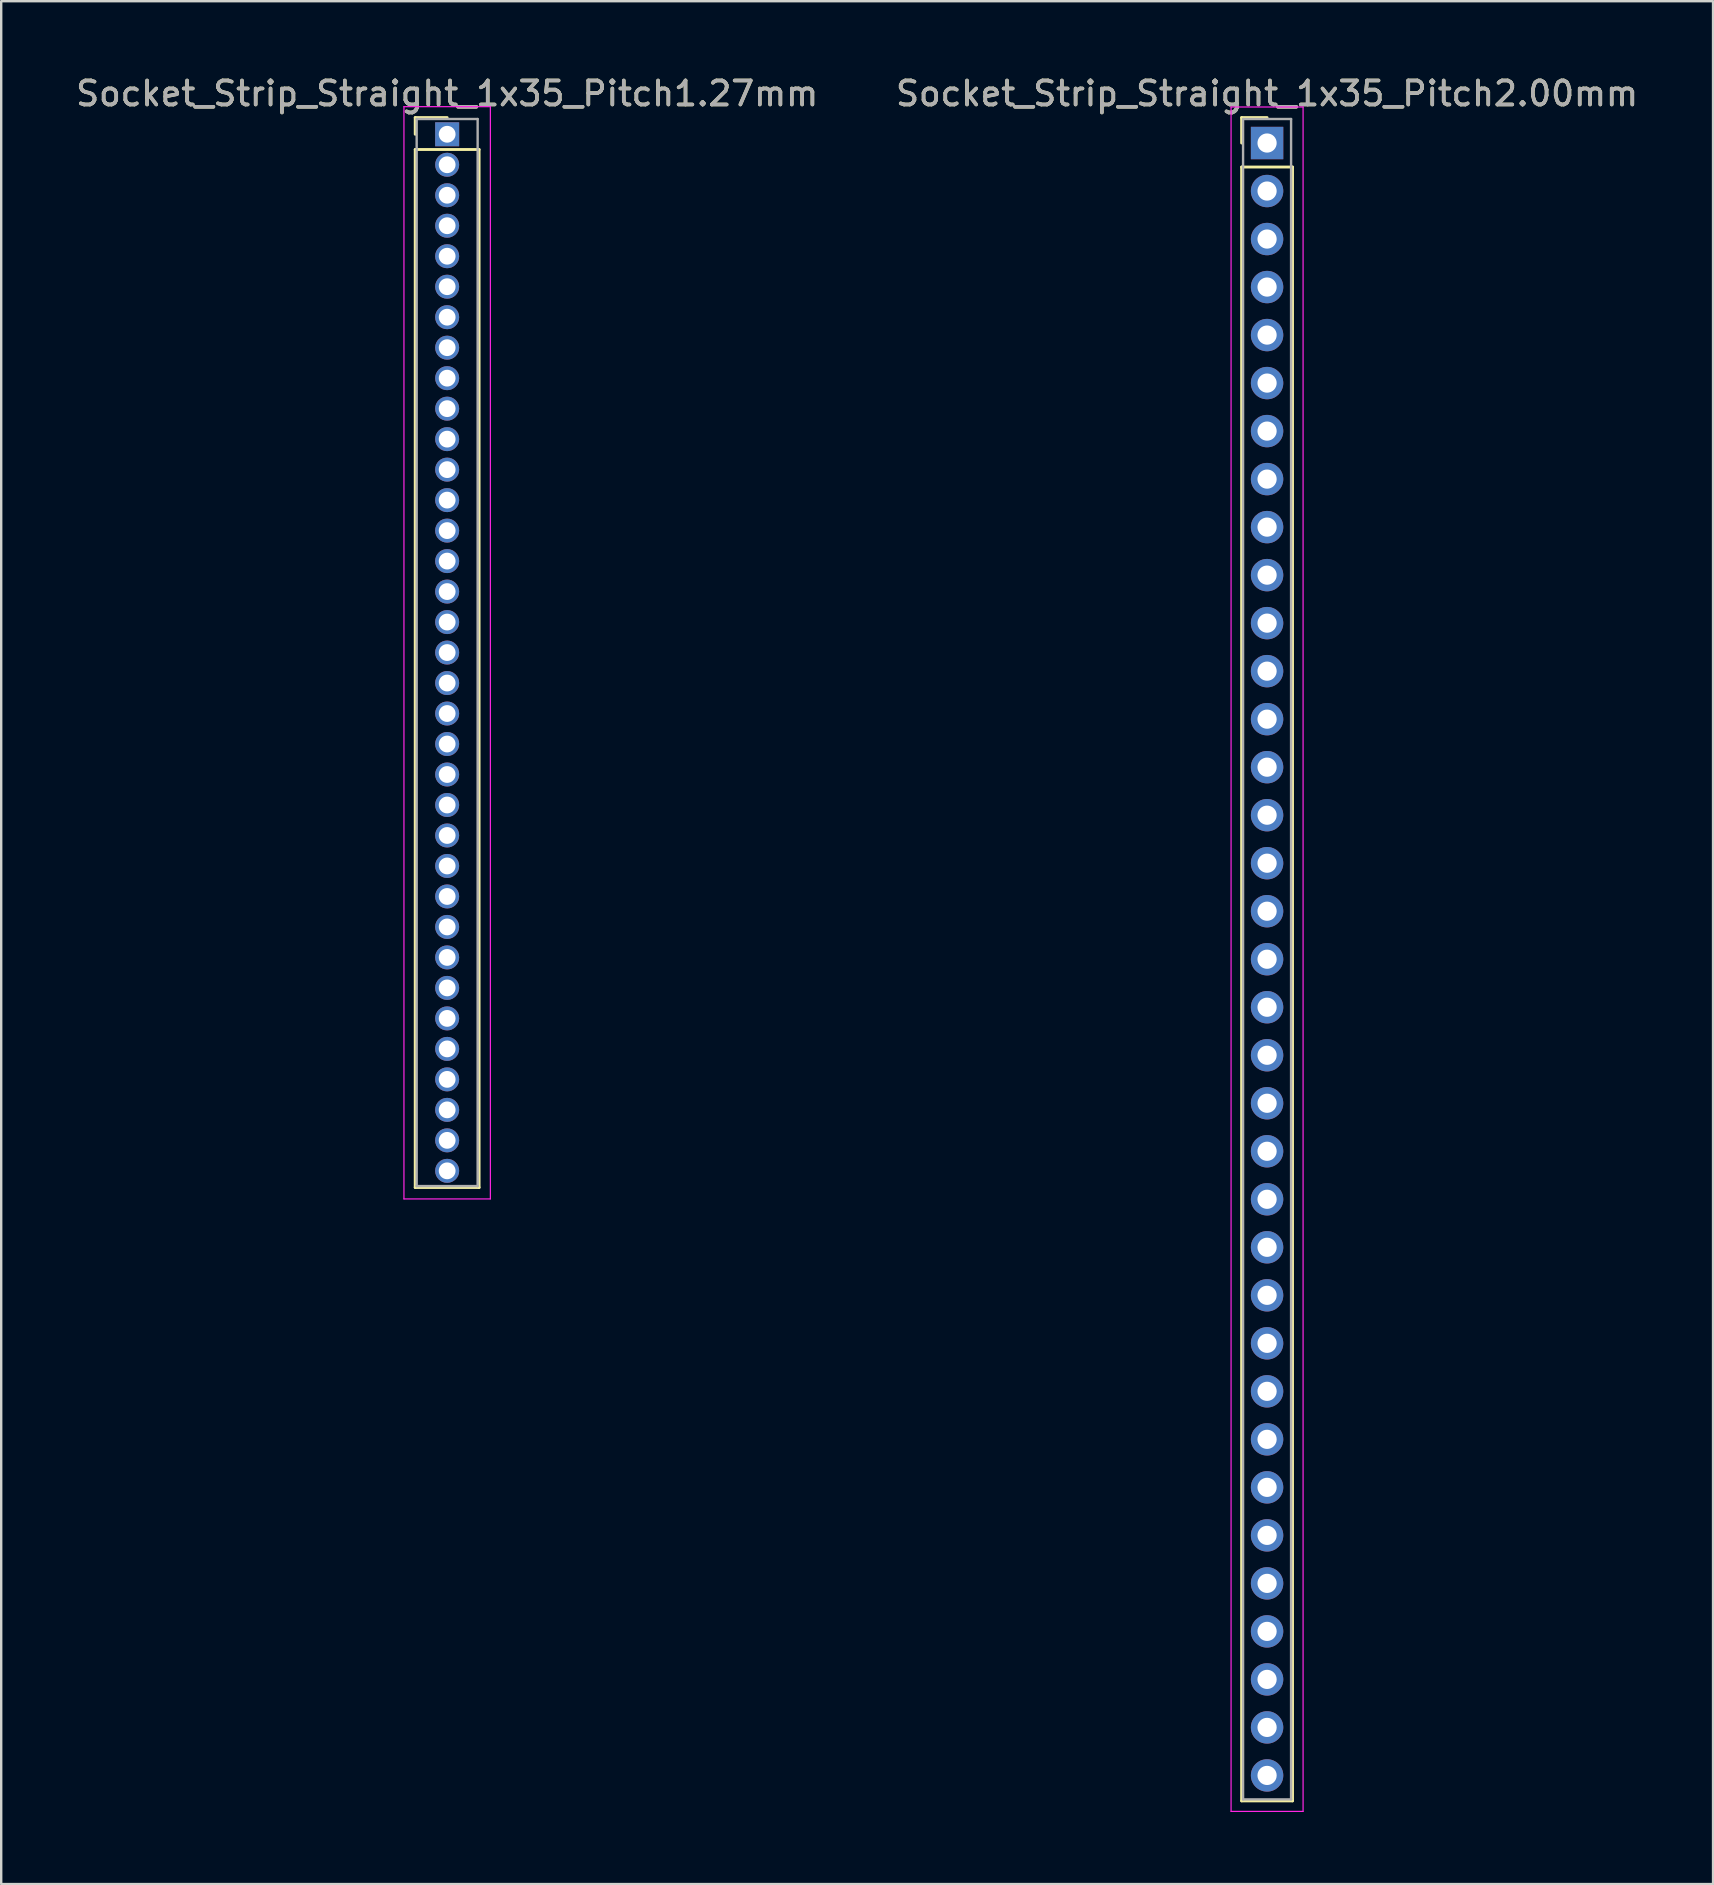
<source format=kicad_pcb>
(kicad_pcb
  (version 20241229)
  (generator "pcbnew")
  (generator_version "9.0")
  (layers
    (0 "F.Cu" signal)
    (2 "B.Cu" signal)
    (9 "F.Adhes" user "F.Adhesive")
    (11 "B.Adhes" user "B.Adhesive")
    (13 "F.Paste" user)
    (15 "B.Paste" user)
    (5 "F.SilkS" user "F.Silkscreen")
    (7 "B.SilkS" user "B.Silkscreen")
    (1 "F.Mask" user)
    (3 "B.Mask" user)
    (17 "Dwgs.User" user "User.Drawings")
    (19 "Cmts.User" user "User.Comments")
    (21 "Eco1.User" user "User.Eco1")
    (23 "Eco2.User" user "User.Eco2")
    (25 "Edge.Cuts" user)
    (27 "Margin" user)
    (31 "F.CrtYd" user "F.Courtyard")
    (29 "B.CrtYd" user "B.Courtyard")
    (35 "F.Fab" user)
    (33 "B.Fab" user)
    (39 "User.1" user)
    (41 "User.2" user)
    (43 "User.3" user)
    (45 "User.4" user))
  (footprint "Socket_Strip_Straight_1x35_Pitch2.00mm"
    (layer "F.Cu")
    (at 49.732 2.908)
    (property "Reference" "Socket_Strip_Straight_1x35_Pitch2.00mm" (at 0 -2.06 0) (layer "F.SilkS") (effects (font (size 1 1) (thickness 0.15))))
    (attr through_hole)
    (fp_line (start -1.06 -1.06) (end 0 -1.06) (stroke (width 0.12) (type solid)) (layer "F.SilkS"))
    (fp_line (start -1.06 0) (end -1.06 -1.06) (stroke (width 0.12) (type solid)) (layer "F.SilkS"))
    (fp_line (start -1.06 1) (end -1.06 69.06) (stroke (width 0.12) (type solid)) (layer "F.SilkS"))
    (fp_line (start -1.06 69.06) (end 1.06 69.06) (stroke (width 0.12) (type solid)) (layer "F.SilkS"))
    (fp_line (start 1.06 1) (end -1.06 1) (stroke (width 0.12) (type solid)) (layer "F.SilkS"))
    (fp_line (start 1.06 69.06) (end 1.06 1) (stroke (width 0.12) (type solid)) (layer "F.SilkS"))
    (fp_line (start -1.5 -1.5) (end -1.5 69.5) (stroke (width 0.05) (type solid)) (layer "F.CrtYd"))
    (fp_line (start -1.5 69.5) (end 1.5 69.5) (stroke (width 0.05) (type solid)) (layer "F.CrtYd"))
    (fp_line (start 1.5 -1.5) (end -1.5 -1.5) (stroke (width 0.05) (type solid)) (layer "F.CrtYd"))
    (fp_line (start 1.5 69.5) (end 1.5 -1.5) (stroke (width 0.05) (type solid)) (layer "F.CrtYd"))
    (fp_line (start -1 -1) (end -1 69) (stroke (width 0.1) (type solid)) (layer "F.Fab"))
    (fp_line (start -1 69) (end 1 69) (stroke (width 0.1) (type solid)) (layer "F.Fab"))
    (fp_line (start 1 -1) (end -1 -1) (stroke (width 0.1) (type solid)) (layer "F.Fab"))
    (fp_line (start 1 69) (end 1 -1) (stroke (width 0.1) (type solid)) (layer "F.Fab"))
    (fp_text user "${REFERENCE}" (at 0 -2.06 0) (layer "F.Fab") (effects (font (size 1 1) (thickness 0.15))))
    (pad "1" thru_hole rect (at 0 0) (size 1.35 1.35) (drill 0.8) (layers "*.Cu" "*.Mask"))
    (pad "2" thru_hole oval (at 0 2) (size 1.35 1.35) (drill 0.8) (layers "*.Cu" "*.Mask"))
    (pad "3" thru_hole oval (at 0 4) (size 1.35 1.35) (drill 0.8) (layers "*.Cu" "*.Mask"))
    (pad "4" thru_hole oval (at 0 6) (size 1.35 1.35) (drill 0.8) (layers "*.Cu" "*.Mask"))
    (pad "5" thru_hole oval (at 0 8) (size 1.35 1.35) (drill 0.8) (layers "*.Cu" "*.Mask"))
    (pad "6" thru_hole oval (at 0 10) (size 1.35 1.35) (drill 0.8) (layers "*.Cu" "*.Mask"))
    (pad "7" thru_hole oval (at 0 12) (size 1.35 1.35) (drill 0.8) (layers "*.Cu" "*.Mask"))
    (pad "8" thru_hole oval (at 0 14) (size 1.35 1.35) (drill 0.8) (layers "*.Cu" "*.Mask"))
    (pad "9" thru_hole oval (at 0 16) (size 1.35 1.35) (drill 0.8) (layers "*.Cu" "*.Mask"))
    (pad "10" thru_hole oval (at 0 18) (size 1.35 1.35) (drill 0.8) (layers "*.Cu" "*.Mask"))
    (pad "11" thru_hole oval (at 0 20) (size 1.35 1.35) (drill 0.8) (layers "*.Cu" "*.Mask"))
    (pad "12" thru_hole oval (at 0 22) (size 1.35 1.35) (drill 0.8) (layers "*.Cu" "*.Mask"))
    (pad "13" thru_hole oval (at 0 24) (size 1.35 1.35) (drill 0.8) (layers "*.Cu" "*.Mask"))
    (pad "14" thru_hole oval (at 0 26) (size 1.35 1.35) (drill 0.8) (layers "*.Cu" "*.Mask"))
    (pad "15" thru_hole oval (at 0 28) (size 1.35 1.35) (drill 0.8) (layers "*.Cu" "*.Mask"))
    (pad "16" thru_hole oval (at 0 30) (size 1.35 1.35) (drill 0.8) (layers "*.Cu" "*.Mask"))
    (pad "17" thru_hole oval (at 0 32) (size 1.35 1.35) (drill 0.8) (layers "*.Cu" "*.Mask"))
    (pad "18" thru_hole oval (at 0 34) (size 1.35 1.35) (drill 0.8) (layers "*.Cu" "*.Mask"))
    (pad "19" thru_hole oval (at 0 36) (size 1.35 1.35) (drill 0.8) (layers "*.Cu" "*.Mask"))
    (pad "20" thru_hole oval (at 0 38) (size 1.35 1.35) (drill 0.8) (layers "*.Cu" "*.Mask"))
    (pad "21" thru_hole oval (at 0 40) (size 1.35 1.35) (drill 0.8) (layers "*.Cu" "*.Mask"))
    (pad "22" thru_hole oval (at 0 42) (size 1.35 1.35) (drill 0.8) (layers "*.Cu" "*.Mask"))
    (pad "23" thru_hole oval (at 0 44) (size 1.35 1.35) (drill 0.8) (layers "*.Cu" "*.Mask"))
    (pad "24" thru_hole oval (at 0 46) (size 1.35 1.35) (drill 0.8) (layers "*.Cu" "*.Mask"))
    (pad "25" thru_hole oval (at 0 48) (size 1.35 1.35) (drill 0.8) (layers "*.Cu" "*.Mask"))
    (pad "26" thru_hole oval (at 0 50) (size 1.35 1.35) (drill 0.8) (layers "*.Cu" "*.Mask"))
    (pad "27" thru_hole oval (at 0 52) (size 1.35 1.35) (drill 0.8) (layers "*.Cu" "*.Mask"))
    (pad "28" thru_hole oval (at 0 54) (size 1.35 1.35) (drill 0.8) (layers "*.Cu" "*.Mask"))
    (pad "29" thru_hole oval (at 0 56) (size 1.35 1.35) (drill 0.8) (layers "*.Cu" "*.Mask"))
    (pad "30" thru_hole oval (at 0 58) (size 1.35 1.35) (drill 0.8) (layers "*.Cu" "*.Mask"))
    (pad "31" thru_hole oval (at 0 60) (size 1.35 1.35) (drill 0.8) (layers "*.Cu" "*.Mask"))
    (pad "32" thru_hole oval (at 0 62) (size 1.35 1.35) (drill 0.8) (layers "*.Cu" "*.Mask"))
    (pad "33" thru_hole oval (at 0 64) (size 1.35 1.35) (drill 0.8) (layers "*.Cu" "*.Mask"))
    (pad "34" thru_hole oval (at 0 66) (size 1.35 1.35) (drill 0.8) (layers "*.Cu" "*.Mask"))
    (pad "35" thru_hole oval (at 0 68) (size 1.35 1.35) (drill 0.8) (layers "*.Cu" "*.Mask")))
  (footprint "Socket_Strip_Straight_1x35_Pitch1.27mm"
    (layer "F.Cu")
    (at 15.577 2.543)
    (property "Reference" "Socket_Strip_Straight_1x35_Pitch1.27mm" (at 0 -1.695 0) (layer "F.SilkS") (effects (font (size 1 1) (thickness 0.15))))
    (attr through_hole)
    (fp_line (start -1.33 -0.695) (end 0 -0.695) (stroke (width 0.12) (type solid)) (layer "F.SilkS"))
    (fp_line (start -1.33 0) (end -1.33 -0.695) (stroke (width 0.12) (type solid)) (layer "F.SilkS"))
    (fp_line (start -1.33 0.635) (end -1.33 43.875) (stroke (width 0.12) (type solid)) (layer "F.SilkS"))
    (fp_line (start -1.33 43.875) (end 1.33 43.875) (stroke (width 0.12) (type solid)) (layer "F.SilkS"))
    (fp_line (start 1.33 0.635) (end -1.33 0.635) (stroke (width 0.12) (type solid)) (layer "F.SilkS"))
    (fp_line (start 1.33 43.875) (end 1.33 0.635) (stroke (width 0.12) (type solid)) (layer "F.SilkS"))
    (fp_line (start -1.8 -1.15) (end -1.8 44.35) (stroke (width 0.05) (type solid)) (layer "F.CrtYd"))
    (fp_line (start -1.8 44.35) (end 1.8 44.35) (stroke (width 0.05) (type solid)) (layer "F.CrtYd"))
    (fp_line (start 1.8 -1.15) (end -1.8 -1.15) (stroke (width 0.05) (type solid)) (layer "F.CrtYd"))
    (fp_line (start 1.8 44.35) (end 1.8 -1.15) (stroke (width 0.05) (type solid)) (layer "F.CrtYd"))
    (fp_line (start -1.27 -0.635) (end -1.27 43.815) (stroke (width 0.1) (type solid)) (layer "F.Fab"))
    (fp_line (start -1.27 43.815) (end 1.27 43.815) (stroke (width 0.1) (type solid)) (layer "F.Fab"))
    (fp_line (start 1.27 -0.635) (end -1.27 -0.635) (stroke (width 0.1) (type solid)) (layer "F.Fab"))
    (fp_line (start 1.27 43.815) (end 1.27 -0.635) (stroke (width 0.1) (type solid)) (layer "F.Fab"))
    (fp_text user "${REFERENCE}" (at 0 -1.695 0) (layer "F.Fab") (effects (font (size 1 1) (thickness 0.15))))
    (pad "1" thru_hole rect (at 0 0) (size 1 1) (drill 0.7) (layers "*.Cu" "*.Mask"))
    (pad "2" thru_hole oval (at 0 1.27) (size 1 1) (drill 0.7) (layers "*.Cu" "*.Mask"))
    (pad "3" thru_hole oval (at 0 2.54) (size 1 1) (drill 0.7) (layers "*.Cu" "*.Mask"))
    (pad "4" thru_hole oval (at 0 3.81) (size 1 1) (drill 0.7) (layers "*.Cu" "*.Mask"))
    (pad "5" thru_hole oval (at 0 5.08) (size 1 1) (drill 0.7) (layers "*.Cu" "*.Mask"))
    (pad "6" thru_hole oval (at 0 6.35) (size 1 1) (drill 0.7) (layers "*.Cu" "*.Mask"))
    (pad "7" thru_hole oval (at 0 7.62) (size 1 1) (drill 0.7) (layers "*.Cu" "*.Mask"))
    (pad "8" thru_hole oval (at 0 8.89) (size 1 1) (drill 0.7) (layers "*.Cu" "*.Mask"))
    (pad "9" thru_hole oval (at 0 10.16) (size 1 1) (drill 0.7) (layers "*.Cu" "*.Mask"))
    (pad "10" thru_hole oval (at 0 11.43) (size 1 1) (drill 0.7) (layers "*.Cu" "*.Mask"))
    (pad "11" thru_hole oval (at 0 12.7) (size 1 1) (drill 0.7) (layers "*.Cu" "*.Mask"))
    (pad "12" thru_hole oval (at 0 13.97) (size 1 1) (drill 0.7) (layers "*.Cu" "*.Mask"))
    (pad "13" thru_hole oval (at 0 15.24) (size 1 1) (drill 0.7) (layers "*.Cu" "*.Mask"))
    (pad "14" thru_hole oval (at 0 16.51) (size 1 1) (drill 0.7) (layers "*.Cu" "*.Mask"))
    (pad "15" thru_hole oval (at 0 17.78) (size 1 1) (drill 0.7) (layers "*.Cu" "*.Mask"))
    (pad "16" thru_hole oval (at 0 19.05) (size 1 1) (drill 0.7) (layers "*.Cu" "*.Mask"))
    (pad "17" thru_hole oval (at 0 20.32) (size 1 1) (drill 0.7) (layers "*.Cu" "*.Mask"))
    (pad "18" thru_hole oval (at 0 21.59) (size 1 1) (drill 0.7) (layers "*.Cu" "*.Mask"))
    (pad "19" thru_hole oval (at 0 22.86) (size 1 1) (drill 0.7) (layers "*.Cu" "*.Mask"))
    (pad "20" thru_hole oval (at 0 24.13) (size 1 1) (drill 0.7) (layers "*.Cu" "*.Mask"))
    (pad "21" thru_hole oval (at 0 25.4) (size 1 1) (drill 0.7) (layers "*.Cu" "*.Mask"))
    (pad "22" thru_hole oval (at 0 26.67) (size 1 1) (drill 0.7) (layers "*.Cu" "*.Mask"))
    (pad "23" thru_hole oval (at 0 27.94) (size 1 1) (drill 0.7) (layers "*.Cu" "*.Mask"))
    (pad "24" thru_hole oval (at 0 29.21) (size 1 1) (drill 0.7) (layers "*.Cu" "*.Mask"))
    (pad "25" thru_hole oval (at 0 30.48) (size 1 1) (drill 0.7) (layers "*.Cu" "*.Mask"))
    (pad "26" thru_hole oval (at 0 31.75) (size 1 1) (drill 0.7) (layers "*.Cu" "*.Mask"))
    (pad "27" thru_hole oval (at 0 33.02) (size 1 1) (drill 0.7) (layers "*.Cu" "*.Mask"))
    (pad "28" thru_hole oval (at 0 34.29) (size 1 1) (drill 0.7) (layers "*.Cu" "*.Mask"))
    (pad "29" thru_hole oval (at 0 35.56) (size 1 1) (drill 0.7) (layers "*.Cu" "*.Mask"))
    (pad "30" thru_hole oval (at 0 36.83) (size 1 1) (drill 0.7) (layers "*.Cu" "*.Mask"))
    (pad "31" thru_hole oval (at 0 38.1) (size 1 1) (drill 0.7) (layers "*.Cu" "*.Mask"))
    (pad "32" thru_hole oval (at 0 39.37) (size 1 1) (drill 0.7) (layers "*.Cu" "*.Mask"))
    (pad "33" thru_hole oval (at 0 40.64) (size 1 1) (drill 0.7) (layers "*.Cu" "*.Mask"))
    (pad "34" thru_hole oval (at 0 41.91) (size 1 1) (drill 0.7) (layers "*.Cu" "*.Mask"))
    (pad "35" thru_hole oval (at 0 43.18) (size 1 1) (drill 0.7) (layers "*.Cu" "*.Mask")))
  (gr_rect
    (start -3 -3)
    (end 68.31 75.433)
    (stroke (width 0.1) (type default))
    (fill no)
    (layer "Edge.Cuts")))
</source>
